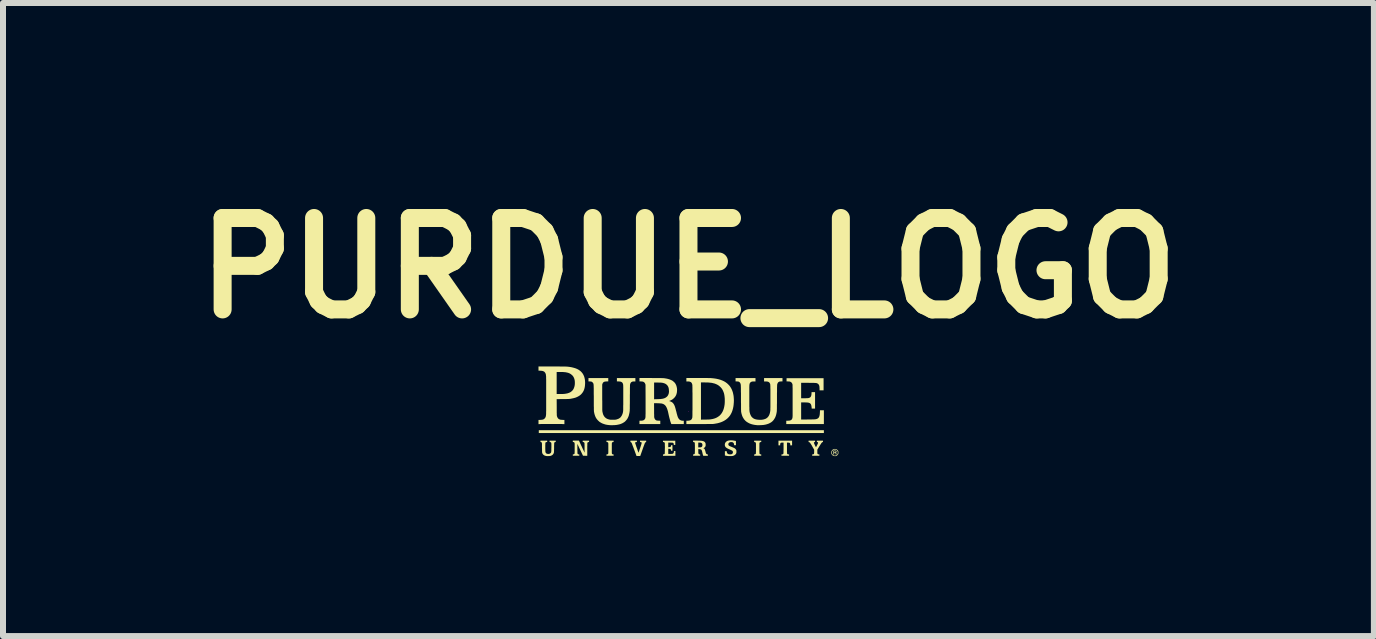
<source format=kicad_pcb>
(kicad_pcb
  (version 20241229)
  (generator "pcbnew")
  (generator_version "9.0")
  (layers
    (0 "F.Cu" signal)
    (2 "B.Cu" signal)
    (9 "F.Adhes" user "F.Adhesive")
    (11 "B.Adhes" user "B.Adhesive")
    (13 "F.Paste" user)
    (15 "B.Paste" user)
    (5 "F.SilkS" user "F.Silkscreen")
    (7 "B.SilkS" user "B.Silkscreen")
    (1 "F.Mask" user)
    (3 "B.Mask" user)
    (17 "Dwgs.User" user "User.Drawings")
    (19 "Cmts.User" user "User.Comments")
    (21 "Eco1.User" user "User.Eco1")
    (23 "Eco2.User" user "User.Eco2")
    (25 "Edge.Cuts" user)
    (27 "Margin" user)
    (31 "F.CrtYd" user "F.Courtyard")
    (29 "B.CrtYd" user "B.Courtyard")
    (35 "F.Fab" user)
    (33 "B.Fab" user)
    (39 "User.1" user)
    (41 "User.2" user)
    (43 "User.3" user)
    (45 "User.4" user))
  (footprint "PURDUE_LOGO"
    (layer "F.Cu")
    (at 8.426 3.806)
    (property "Reference" "PURDUE_LOGO" (at 0 -2.388 0) (layer "F.SilkS") (effects (font (size 1.524 1.524) (thickness 0.3))))
    (attr exclude_from_pos_files exclude_from_bom)
    (fp_poly (pts (xy 2.257 0.362) (xy -2.495 0.362) (xy -2.495 0.315) (xy 2.257 0.315)) (stroke (width 0) (type solid)) (fill yes) (layer "F.SilkS"))
    (fp_poly (pts (xy 2.435 0.654) (xy 2.446 0.654) (xy 2.454 0.655) (xy 2.459 0.657) (xy 2.463 0.659) (xy 2.465 0.663) (xy 2.467 0.666) (xy 2.468 0.672) (xy 2.467 0.679) (xy 2.465 0.684) (xy 2.462 0.687) (xy 2.459 0.688) (xy 2.458 0.689) (xy 2.46 0.692) (xy 2.461 0.692) (xy 2.463 0.696) (xy 2.465 0.699) (xy 2.466 0.704) (xy 2.467 0.712) (xy 2.467 0.712) (xy 2.468 0.72) (xy 2.461 0.72) (xy 2.457 0.72) (xy 2.455 0.719) (xy 2.455 0.716) (xy 2.455 0.713) (xy 2.454 0.706) (xy 2.452 0.7) (xy 2.448 0.697) (xy 2.446 0.696) (xy 2.442 0.695) (xy 2.437 0.695) (xy 2.435 0.695) (xy 2.428 0.695) (xy 2.428 0.72) (xy 2.415 0.72) (xy 2.415 0.663) (xy 2.428 0.663) (xy 2.428 0.685) (xy 2.437 0.685) (xy 2.442 0.685) (xy 2.448 0.684) (xy 2.449 0.683) (xy 2.453 0.68) (xy 2.455 0.674) (xy 2.454 0.671) (xy 2.452 0.667) (xy 2.447 0.664) (xy 2.439 0.663) (xy 2.437 0.663) (xy 2.428 0.663) (xy 2.415 0.663) (xy 2.415 0.653)) (stroke (width 0) (type solid)) (fill yes) (layer "F.SilkS"))
    (fp_poly (pts (xy 1.213 0.511) (xy 1.204 0.513) (xy 1.195 0.515) (xy 1.188 0.519) (xy 1.184 0.526) (xy 1.183 0.533) (xy 1.182 0.537) (xy 1.182 0.543) (xy 1.182 0.552) (xy 1.182 0.564) (xy 1.182 0.577) (xy 1.182 0.591) (xy 1.182 0.607) (xy 1.182 0.623) (xy 1.182 0.642) (xy 1.182 0.658) (xy 1.182 0.671) (xy 1.183 0.682) (xy 1.183 0.691) (xy 1.183 0.697) (xy 1.184 0.702) (xy 1.185 0.706) (xy 1.186 0.709) (xy 1.187 0.711) (xy 1.189 0.712) (xy 1.19 0.714) (xy 1.191 0.714) (xy 1.195 0.716) (xy 1.201 0.717) (xy 1.204 0.718) (xy 1.213 0.719) (xy 1.213 0.741) (xy 1.154 0.741) (xy 1.095 0.741) (xy 1.095 0.719) (xy 1.103 0.718) (xy 1.112 0.716) (xy 1.119 0.712) (xy 1.123 0.705) (xy 1.123 0.705) (xy 1.123 0.702) (xy 1.124 0.698) (xy 1.124 0.691) (xy 1.124 0.681) (xy 1.125 0.669) (xy 1.125 0.654) (xy 1.125 0.636) (xy 1.125 0.615) (xy 1.125 0.596) (xy 1.125 0.58) (xy 1.125 0.567) (xy 1.125 0.556) (xy 1.125 0.547) (xy 1.124 0.54) (xy 1.124 0.535) (xy 1.124 0.531) (xy 1.123 0.528) (xy 1.123 0.526) (xy 1.122 0.525) (xy 1.119 0.52) (xy 1.115 0.516) (xy 1.108 0.514) (xy 1.103 0.513) (xy 1.095 0.511) (xy 1.095 0.489) (xy 1.213 0.489)) (stroke (width 0) (type solid)) (fill yes) (layer "F.SilkS"))
    (fp_poly (pts (xy 1.727 0.567) (xy 1.697 0.567) (xy 1.697 0.555) (xy 1.696 0.544) (xy 1.694 0.536) (xy 1.69 0.529) (xy 1.684 0.525) (xy 1.675 0.523) (xy 1.664 0.522) (xy 1.659 0.522) (xy 1.642 0.522) (xy 1.642 0.612) (xy 1.642 0.632) (xy 1.642 0.648) (xy 1.642 0.662) (xy 1.642 0.674) (xy 1.643 0.683) (xy 1.643 0.69) (xy 1.643 0.695) (xy 1.643 0.7) (xy 1.644 0.703) (xy 1.644 0.705) (xy 1.645 0.707) (xy 1.646 0.708) (xy 1.646 0.708) (xy 1.651 0.714) (xy 1.657 0.717) (xy 1.667 0.718) (xy 1.669 0.718) (xy 1.677 0.718) (xy 1.677 0.741) (xy 1.55 0.741) (xy 1.55 0.719) (xy 1.561 0.718) (xy 1.567 0.717) (xy 1.572 0.716) (xy 1.575 0.714) (xy 1.577 0.713) (xy 1.579 0.712) (xy 1.58 0.71) (xy 1.581 0.708) (xy 1.582 0.705) (xy 1.583 0.701) (xy 1.583 0.696) (xy 1.584 0.688) (xy 1.584 0.679) (xy 1.584 0.668) (xy 1.584 0.655) (xy 1.585 0.638) (xy 1.585 0.619) (xy 1.585 0.612) (xy 1.585 0.521) (xy 1.564 0.522) (xy 1.555 0.522) (xy 1.549 0.523) (xy 1.545 0.523) (xy 1.541 0.524) (xy 1.539 0.526) (xy 1.539 0.526) (xy 1.534 0.531) (xy 1.53 0.538) (xy 1.529 0.546) (xy 1.528 0.554) (xy 1.528 0.567) (xy 1.5 0.567) (xy 1.5 0.489) (xy 1.727 0.489)) (stroke (width 0) (type solid)) (fill yes) (layer "F.SilkS"))
    (fp_poly (pts (xy 2.449 0.628) (xy 2.462 0.631) (xy 2.474 0.637) (xy 2.485 0.646) (xy 2.493 0.657) (xy 2.495 0.661) (xy 2.497 0.665) (xy 2.498 0.669) (xy 2.499 0.674) (xy 2.499 0.68) (xy 2.499 0.688) (xy 2.499 0.696) (xy 2.499 0.702) (xy 2.498 0.707) (xy 2.497 0.711) (xy 2.495 0.714) (xy 2.489 0.723) (xy 2.481 0.732) (xy 2.472 0.739) (xy 2.466 0.743) (xy 2.462 0.745) (xy 2.457 0.746) (xy 2.452 0.746) (xy 2.444 0.747) (xy 2.441 0.747) (xy 2.431 0.746) (xy 2.424 0.745) (xy 2.418 0.744) (xy 2.418 0.744) (xy 2.408 0.739) (xy 2.398 0.731) (xy 2.39 0.722) (xy 2.384 0.711) (xy 2.383 0.708) (xy 2.38 0.694) (xy 2.38 0.685) (xy 2.39 0.685) (xy 2.391 0.696) (xy 2.394 0.707) (xy 2.4 0.717) (xy 2.408 0.726) (xy 2.418 0.733) (xy 2.424 0.735) (xy 2.434 0.738) (xy 2.445 0.738) (xy 2.456 0.735) (xy 2.46 0.734) (xy 2.471 0.727) (xy 2.48 0.719) (xy 2.485 0.71) (xy 2.489 0.698) (xy 2.49 0.686) (xy 2.488 0.674) (xy 2.484 0.663) (xy 2.476 0.653) (xy 2.471 0.648) (xy 2.46 0.641) (xy 2.449 0.638) (xy 2.437 0.637) (xy 2.425 0.64) (xy 2.414 0.645) (xy 2.404 0.653) (xy 2.397 0.663) (xy 2.392 0.674) (xy 2.39 0.685) (xy 2.38 0.685) (xy 2.38 0.681) (xy 2.383 0.668) (xy 2.389 0.656) (xy 2.396 0.646) (xy 2.407 0.637) (xy 2.419 0.631) (xy 2.422 0.63) (xy 2.436 0.627)) (stroke (width 0) (type solid)) (fill yes) (layer "F.SilkS"))
    (fp_poly (pts (xy -1.248 0.5) (xy -1.248 0.511) (xy -1.256 0.513) (xy -1.262 0.514) (xy -1.267 0.516) (xy -1.269 0.516) (xy -1.271 0.517) (xy -1.273 0.519) (xy -1.274 0.52) (xy -1.275 0.522) (xy -1.276 0.526) (xy -1.277 0.53) (xy -1.277 0.536) (xy -1.278 0.544) (xy -1.278 0.554) (xy -1.278 0.566) (xy -1.278 0.58) (xy -1.278 0.598) (xy -1.278 0.615) (xy -1.278 0.635) (xy -1.278 0.651) (xy -1.278 0.664) (xy -1.278 0.675) (xy -1.278 0.684) (xy -1.278 0.691) (xy -1.278 0.696) (xy -1.277 0.7) (xy -1.277 0.703) (xy -1.276 0.705) (xy -1.276 0.706) (xy -1.275 0.707) (xy -1.271 0.713) (xy -1.264 0.717) (xy -1.256 0.718) (xy -1.255 0.718) (xy -1.248 0.718) (xy -1.248 0.741) (xy -1.308 0.741) (xy -1.367 0.741) (xy -1.367 0.719) (xy -1.358 0.718) (xy -1.352 0.717) (xy -1.347 0.715) (xy -1.345 0.714) (xy -1.343 0.712) (xy -1.342 0.711) (xy -1.34 0.709) (xy -1.339 0.707) (xy -1.338 0.704) (xy -1.337 0.7) (xy -1.337 0.694) (xy -1.336 0.687) (xy -1.336 0.678) (xy -1.336 0.667) (xy -1.336 0.653) (xy -1.336 0.636) (xy -1.336 0.617) (xy -1.336 0.615) (xy -1.336 0.596) (xy -1.336 0.58) (xy -1.336 0.566) (xy -1.336 0.555) (xy -1.336 0.547) (xy -1.336 0.54) (xy -1.337 0.534) (xy -1.337 0.531) (xy -1.337 0.528) (xy -1.338 0.526) (xy -1.339 0.524) (xy -1.339 0.524) (xy -1.343 0.518) (xy -1.348 0.515) (xy -1.355 0.513) (xy -1.358 0.513) (xy -1.367 0.511) (xy -1.367 0.5) (xy -1.367 0.489) (xy -1.248 0.489)) (stroke (width 0) (type solid)) (fill yes) (layer "F.SilkS"))
    (fp_poly (pts (xy -0.22 0.56) (xy -0.245 0.56) (xy -0.245 0.55) (xy -0.246 0.54) (xy -0.25 0.532) (xy -0.256 0.526) (xy -0.257 0.526) (xy -0.259 0.525) (xy -0.261 0.524) (xy -0.265 0.523) (xy -0.269 0.523) (xy -0.276 0.523) (xy -0.284 0.522) (xy -0.295 0.522) (xy -0.3 0.522) (xy -0.337 0.521) (xy -0.337 0.599) (xy -0.322 0.597) (xy -0.311 0.596) (xy -0.304 0.594) (xy -0.298 0.591) (xy -0.294 0.587) (xy -0.292 0.581) (xy -0.291 0.574) (xy -0.29 0.565) (xy -0.267 0.565) (xy -0.267 0.657) (xy -0.29 0.657) (xy -0.291 0.649) (xy -0.293 0.64) (xy -0.296 0.634) (xy -0.3 0.63) (xy -0.306 0.627) (xy -0.315 0.626) (xy -0.321 0.625) (xy -0.337 0.625) (xy -0.337 0.71) (xy -0.305 0.71) (xy -0.294 0.71) (xy -0.284 0.71) (xy -0.276 0.709) (xy -0.27 0.709) (xy -0.266 0.708) (xy -0.257 0.705) (xy -0.251 0.699) (xy -0.246 0.691) (xy -0.244 0.68) (xy -0.244 0.679) (xy -0.243 0.671) (xy -0.243 0.666) (xy -0.241 0.663) (xy -0.239 0.662) (xy -0.235 0.662) (xy -0.23 0.662) (xy -0.218 0.662) (xy -0.218 0.742) (xy -0.425 0.742) (xy -0.425 0.719) (xy -0.416 0.718) (xy -0.407 0.716) (xy -0.401 0.713) (xy -0.397 0.707) (xy -0.397 0.707) (xy -0.396 0.704) (xy -0.395 0.699) (xy -0.395 0.691) (xy -0.395 0.68) (xy -0.394 0.668) (xy -0.394 0.655) (xy -0.394 0.64) (xy -0.394 0.625) (xy -0.393 0.61) (xy -0.393 0.595) (xy -0.393 0.581) (xy -0.394 0.568) (xy -0.394 0.556) (xy -0.394 0.546) (xy -0.394 0.538) (xy -0.395 0.532) (xy -0.395 0.531) (xy -0.398 0.523) (xy -0.402 0.517) (xy -0.409 0.514) (xy -0.416 0.513) (xy -0.425 0.511) (xy -0.425 0.49) (xy -0.22 0.49)) (stroke (width 0) (type solid)) (fill yes) (layer "F.SilkS"))
    (fp_poly (pts (xy -0.86 0.501) (xy -0.861 0.513) (xy -0.871 0.513) (xy -0.88 0.515) (xy -0.886 0.518) (xy -0.889 0.522) (xy -0.89 0.527) (xy -0.889 0.529) (xy -0.888 0.531) (xy -0.887 0.536) (xy -0.884 0.543) (xy -0.881 0.552) (xy -0.877 0.563) (xy -0.873 0.576) (xy -0.869 0.589) (xy -0.864 0.603) (xy -0.859 0.616) (xy -0.854 0.63) (xy -0.85 0.643) (xy -0.846 0.655) (xy -0.842 0.666) (xy -0.839 0.675) (xy -0.836 0.682) (xy -0.835 0.686) (xy -0.835 0.687) (xy -0.834 0.688) (xy -0.834 0.689) (xy -0.833 0.688) (xy -0.832 0.687) (xy -0.831 0.685) (xy -0.829 0.681) (xy -0.827 0.675) (xy -0.825 0.668) (xy -0.821 0.658) (xy -0.817 0.645) (xy -0.812 0.63) (xy -0.806 0.613) (xy -0.799 0.592) (xy -0.793 0.573) (xy -0.788 0.558) (xy -0.785 0.546) (xy -0.782 0.536) (xy -0.78 0.53) (xy -0.78 0.527) (xy -0.781 0.521) (xy -0.784 0.517) (xy -0.79 0.515) (xy -0.794 0.514) (xy -0.801 0.513) (xy -0.805 0.512) (xy -0.807 0.51) (xy -0.808 0.507) (xy -0.808 0.503) (xy -0.808 0.5) (xy -0.808 0.489) (xy -0.705 0.489) (xy -0.705 0.501) (xy -0.705 0.508) (xy -0.706 0.511) (xy -0.707 0.513) (xy -0.708 0.513) (xy -0.712 0.515) (xy -0.718 0.518) (xy -0.723 0.523) (xy -0.726 0.527) (xy -0.727 0.53) (xy -0.729 0.536) (xy -0.732 0.544) (xy -0.736 0.554) (xy -0.741 0.567) (xy -0.746 0.581) (xy -0.752 0.597) (xy -0.758 0.614) (xy -0.764 0.632) (xy -0.767 0.64) (xy -0.804 0.745) (xy -0.835 0.745) (xy -0.866 0.745) (xy -0.903 0.644) (xy -0.91 0.626) (xy -0.916 0.609) (xy -0.922 0.593) (xy -0.928 0.578) (xy -0.933 0.565) (xy -0.937 0.553) (xy -0.941 0.544) (xy -0.943 0.537) (xy -0.945 0.533) (xy -0.945 0.533) (xy -0.95 0.523) (xy -0.956 0.517) (xy -0.962 0.514) (xy -0.963 0.514) (xy -0.965 0.513) (xy -0.967 0.511) (xy -0.967 0.509) (xy -0.968 0.504) (xy -0.968 0.501) (xy -0.968 0.489) (xy -0.86 0.489)) (stroke (width 0) (type solid)) (fill yes) (layer "F.SilkS"))
    (fp_poly (pts (xy 2.11 0.512) (xy 2.104 0.513) (xy 2.096 0.515) (xy 2.092 0.518) (xy 2.09 0.522) (xy 2.09 0.524) (xy 2.091 0.526) (xy 2.093 0.531) (xy 2.095 0.538) (xy 2.099 0.546) (xy 2.103 0.555) (xy 2.107 0.565) (xy 2.112 0.574) (xy 2.116 0.582) (xy 2.12 0.589) (xy 2.123 0.595) (xy 2.125 0.598) (xy 2.125 0.598) (xy 2.126 0.597) (xy 2.129 0.593) (xy 2.132 0.587) (xy 2.136 0.579) (xy 2.141 0.57) (xy 2.143 0.565) (xy 2.15 0.552) (xy 2.154 0.542) (xy 2.158 0.534) (xy 2.159 0.528) (xy 2.16 0.523) (xy 2.16 0.52) (xy 2.158 0.518) (xy 2.156 0.516) (xy 2.152 0.514) (xy 2.149 0.513) (xy 2.144 0.513) (xy 2.142 0.512) (xy 2.14 0.508) (xy 2.14 0.503) (xy 2.14 0.5) (xy 2.14 0.489) (xy 2.242 0.489) (xy 2.242 0.5) (xy 2.242 0.512) (xy 2.235 0.513) (xy 2.229 0.516) (xy 2.223 0.521) (xy 2.222 0.522) (xy 2.22 0.525) (xy 2.216 0.53) (xy 2.211 0.537) (xy 2.205 0.547) (xy 2.198 0.557) (xy 2.191 0.569) (xy 2.183 0.582) (xy 2.182 0.583) (xy 2.148 0.639) (xy 2.148 0.671) (xy 2.148 0.683) (xy 2.148 0.691) (xy 2.149 0.698) (xy 2.149 0.702) (xy 2.15 0.705) (xy 2.151 0.708) (xy 2.152 0.71) (xy 2.156 0.714) (xy 2.164 0.717) (xy 2.174 0.718) (xy 2.175 0.718) (xy 2.182 0.718) (xy 2.182 0.741) (xy 2.062 0.741) (xy 2.062 0.718) (xy 2.069 0.718) (xy 2.078 0.717) (xy 2.086 0.714) (xy 2.091 0.71) (xy 2.092 0.708) (xy 2.093 0.705) (xy 2.093 0.702) (xy 2.094 0.698) (xy 2.094 0.692) (xy 2.095 0.683) (xy 2.095 0.673) (xy 2.095 0.64) (xy 2.064 0.586) (xy 2.055 0.569) (xy 2.047 0.556) (xy 2.04 0.545) (xy 2.034 0.536) (xy 2.029 0.529) (xy 2.025 0.524) (xy 2.021 0.52) (xy 2.018 0.517) (xy 2.014 0.515) (xy 2.011 0.514) (xy 2.01 0.514) (xy 2.002 0.512) (xy 2.002 0.501) (xy 2.002 0.489) (xy 2.11 0.489)) (stroke (width 0) (type solid)) (fill yes) (layer "F.SilkS"))
    (fp_poly (pts (xy -1.826 0.488) (xy -1.787 0.572) (xy -1.779 0.588) (xy -1.772 0.604) (xy -1.765 0.619) (xy -1.758 0.633) (xy -1.752 0.646) (xy -1.747 0.656) (xy -1.743 0.665) (xy -1.741 0.671) (xy -1.74 0.673) (xy -1.732 0.689) (xy -1.732 0.609) (xy -1.732 0.591) (xy -1.732 0.575) (xy -1.732 0.563) (xy -1.733 0.553) (xy -1.733 0.544) (xy -1.733 0.538) (xy -1.733 0.534) (xy -1.734 0.53) (xy -1.734 0.528) (xy -1.735 0.526) (xy -1.735 0.524) (xy -1.736 0.523) (xy -1.74 0.518) (xy -1.745 0.515) (xy -1.753 0.513) (xy -1.755 0.512) (xy -1.763 0.511) (xy -1.763 0.489) (xy -1.657 0.489) (xy -1.657 0.511) (xy -1.665 0.513) (xy -1.673 0.514) (xy -1.679 0.517) (xy -1.682 0.522) (xy -1.684 0.525) (xy -1.685 0.527) (xy -1.685 0.529) (xy -1.685 0.532) (xy -1.686 0.536) (xy -1.686 0.541) (xy -1.686 0.548) (xy -1.686 0.557) (xy -1.686 0.568) (xy -1.687 0.581) (xy -1.687 0.596) (xy -1.687 0.615) (xy -1.687 0.636) (xy -1.687 0.742) (xy -1.723 0.741) (xy -1.758 0.741) (xy -1.805 0.642) (xy -1.813 0.625) (xy -1.821 0.609) (xy -1.828 0.594) (xy -1.834 0.58) (xy -1.84 0.568) (xy -1.844 0.559) (xy -1.848 0.551) (xy -1.851 0.545) (xy -1.852 0.543) (xy -1.852 0.542) (xy -1.852 0.544) (xy -1.852 0.548) (xy -1.852 0.556) (xy -1.852 0.565) (xy -1.852 0.577) (xy -1.852 0.59) (xy -1.852 0.605) (xy -1.852 0.621) (xy -1.852 0.642) (xy -1.851 0.661) (xy -1.851 0.676) (xy -1.851 0.688) (xy -1.85 0.697) (xy -1.85 0.703) (xy -1.849 0.705) (xy -1.846 0.711) (xy -1.84 0.715) (xy -1.832 0.718) (xy -1.829 0.718) (xy -1.82 0.719) (xy -1.82 0.741) (xy -1.928 0.741) (xy -1.928 0.718) (xy -1.923 0.718) (xy -1.914 0.717) (xy -1.907 0.714) (xy -1.902 0.709) (xy -1.901 0.708) (xy -1.9 0.707) (xy -1.899 0.705) (xy -1.899 0.703) (xy -1.898 0.7) (xy -1.898 0.695) (xy -1.898 0.69) (xy -1.898 0.683) (xy -1.897 0.673) (xy -1.897 0.661) (xy -1.897 0.647) (xy -1.897 0.63) (xy -1.897 0.621) (xy -1.897 0.601) (xy -1.897 0.583) (xy -1.897 0.569) (xy -1.897 0.557) (xy -1.897 0.547) (xy -1.898 0.539) (xy -1.898 0.533) (xy -1.899 0.528) (xy -1.9 0.525) (xy -1.901 0.522) (xy -1.903 0.52) (xy -1.905 0.518) (xy -1.905 0.518) (xy -1.909 0.515) (xy -1.913 0.513) (xy -1.914 0.513) (xy -1.919 0.513) (xy -1.923 0.512) (xy -1.928 0.511) (xy -1.928 0.488)) (stroke (width 0) (type solid)) (fill yes) (layer "F.SilkS"))
    (fp_poly (pts (xy 0.738 0.485) (xy 0.763 0.489) (xy 0.772 0.491) (xy 0.791 0.494) (xy 0.791 0.53) (xy 0.792 0.565) (xy 0.759 0.565) (xy 0.76 0.559) (xy 0.76 0.552) (xy 0.758 0.544) (xy 0.756 0.536) (xy 0.753 0.53) (xy 0.746 0.523) (xy 0.738 0.517) (xy 0.728 0.514) (xy 0.715 0.513) (xy 0.712 0.513) (xy 0.698 0.514) (xy 0.688 0.517) (xy 0.678 0.522) (xy 0.674 0.526) (xy 0.668 0.534) (xy 0.665 0.543) (xy 0.664 0.553) (xy 0.667 0.562) (xy 0.672 0.57) (xy 0.68 0.576) (xy 0.68 0.576) (xy 0.684 0.578) (xy 0.689 0.581) (xy 0.697 0.584) (xy 0.706 0.588) (xy 0.716 0.592) (xy 0.722 0.594) (xy 0.733 0.599) (xy 0.743 0.603) (xy 0.752 0.607) (xy 0.76 0.611) (xy 0.765 0.613) (xy 0.767 0.614) (xy 0.779 0.623) (xy 0.789 0.634) (xy 0.794 0.643) (xy 0.796 0.648) (xy 0.798 0.651) (xy 0.799 0.655) (xy 0.799 0.661) (xy 0.799 0.668) (xy 0.799 0.673) (xy 0.799 0.681) (xy 0.799 0.687) (xy 0.798 0.692) (xy 0.797 0.696) (xy 0.795 0.7) (xy 0.794 0.704) (xy 0.786 0.716) (xy 0.775 0.726) (xy 0.762 0.735) (xy 0.747 0.741) (xy 0.736 0.744) (xy 0.728 0.745) (xy 0.72 0.746) (xy 0.711 0.746) (xy 0.7 0.746) (xy 0.693 0.746) (xy 0.684 0.746) (xy 0.675 0.746) (xy 0.668 0.746) (xy 0.663 0.746) (xy 0.661 0.746) (xy 0.653 0.745) (xy 0.643 0.743) (xy 0.634 0.742) (xy 0.625 0.74) (xy 0.618 0.739) (xy 0.614 0.738) (xy 0.614 0.738) (xy 0.607 0.736) (xy 0.607 0.665) (xy 0.638 0.665) (xy 0.638 0.672) (xy 0.64 0.684) (xy 0.644 0.695) (xy 0.651 0.704) (xy 0.651 0.704) (xy 0.657 0.71) (xy 0.664 0.713) (xy 0.673 0.716) (xy 0.683 0.717) (xy 0.694 0.718) (xy 0.703 0.717) (xy 0.709 0.717) (xy 0.713 0.716) (xy 0.717 0.715) (xy 0.722 0.713) (xy 0.722 0.713) (xy 0.731 0.707) (xy 0.737 0.7) (xy 0.74 0.691) (xy 0.741 0.682) (xy 0.74 0.672) (xy 0.736 0.664) (xy 0.73 0.657) (xy 0.727 0.655) (xy 0.723 0.653) (xy 0.717 0.65) (xy 0.709 0.646) (xy 0.7 0.642) (xy 0.692 0.638) (xy 0.675 0.631) (xy 0.66 0.624) (xy 0.648 0.618) (xy 0.638 0.612) (xy 0.63 0.606) (xy 0.623 0.601) (xy 0.618 0.595) (xy 0.614 0.589) (xy 0.613 0.587) (xy 0.608 0.576) (xy 0.606 0.562) (xy 0.606 0.549) (xy 0.609 0.535) (xy 0.613 0.526) (xy 0.618 0.518) (xy 0.625 0.51) (xy 0.634 0.502) (xy 0.643 0.496) (xy 0.643 0.496) (xy 0.658 0.49) (xy 0.675 0.486) (xy 0.694 0.484) (xy 0.715 0.484)) (stroke (width 0) (type solid)) (fill yes) (layer "F.SilkS"))
    (fp_poly (pts (xy 0.128 0.488) (xy 0.142 0.488) (xy 0.156 0.489) (xy 0.17 0.489) (xy 0.183 0.489) (xy 0.194 0.49) (xy 0.202 0.49) (xy 0.203 0.49) (xy 0.222 0.492) (xy 0.238 0.495) (xy 0.251 0.499) (xy 0.263 0.505) (xy 0.271 0.512) (xy 0.278 0.521) (xy 0.281 0.526) (xy 0.283 0.531) (xy 0.284 0.534) (xy 0.285 0.539) (xy 0.286 0.544) (xy 0.286 0.551) (xy 0.286 0.557) (xy 0.286 0.566) (xy 0.286 0.572) (xy 0.285 0.577) (xy 0.284 0.581) (xy 0.282 0.584) (xy 0.281 0.587) (xy 0.274 0.598) (xy 0.265 0.606) (xy 0.256 0.611) (xy 0.248 0.615) (xy 0.255 0.618) (xy 0.263 0.623) (xy 0.27 0.631) (xy 0.273 0.638) (xy 0.274 0.641) (xy 0.276 0.647) (xy 0.278 0.654) (xy 0.281 0.663) (xy 0.283 0.671) (xy 0.285 0.68) (xy 0.288 0.689) (xy 0.29 0.697) (xy 0.292 0.702) (xy 0.293 0.704) (xy 0.3 0.711) (xy 0.308 0.716) (xy 0.316 0.718) (xy 0.323 0.719) (xy 0.323 0.742) (xy 0.247 0.742) (xy 0.243 0.732) (xy 0.238 0.717) (xy 0.234 0.699) (xy 0.23 0.683) (xy 0.227 0.668) (xy 0.223 0.657) (xy 0.22 0.648) (xy 0.215 0.641) (xy 0.209 0.637) (xy 0.202 0.634) (xy 0.193 0.632) (xy 0.182 0.631) (xy 0.181 0.631) (xy 0.163 0.63) (xy 0.164 0.665) (xy 0.164 0.678) (xy 0.164 0.688) (xy 0.165 0.696) (xy 0.166 0.702) (xy 0.167 0.706) (xy 0.169 0.709) (xy 0.171 0.712) (xy 0.174 0.714) (xy 0.178 0.716) (xy 0.184 0.718) (xy 0.187 0.718) (xy 0.195 0.719) (xy 0.195 0.741) (xy 0.077 0.741) (xy 0.077 0.718) (xy 0.083 0.718) (xy 0.091 0.717) (xy 0.098 0.713) (xy 0.103 0.708) (xy 0.104 0.707) (xy 0.104 0.705) (xy 0.105 0.703) (xy 0.105 0.701) (xy 0.106 0.697) (xy 0.106 0.692) (xy 0.106 0.686) (xy 0.106 0.677) (xy 0.107 0.667) (xy 0.107 0.654) (xy 0.107 0.639) (xy 0.107 0.62) (xy 0.107 0.615) (xy 0.107 0.602) (xy 0.163 0.602) (xy 0.185 0.601) (xy 0.194 0.601) (xy 0.202 0.6) (xy 0.207 0.6) (xy 0.211 0.598) (xy 0.214 0.597) (xy 0.219 0.594) (xy 0.224 0.589) (xy 0.226 0.588) (xy 0.23 0.58) (xy 0.232 0.57) (xy 0.233 0.56) (xy 0.231 0.549) (xy 0.228 0.54) (xy 0.226 0.536) (xy 0.223 0.533) (xy 0.217 0.529) (xy 0.214 0.527) (xy 0.21 0.525) (xy 0.207 0.524) (xy 0.202 0.523) (xy 0.196 0.522) (xy 0.188 0.522) (xy 0.185 0.522) (xy 0.163 0.521) (xy 0.163 0.602) (xy 0.107 0.602) (xy 0.107 0.595) (xy 0.107 0.578) (xy 0.107 0.564) (xy 0.106 0.552) (xy 0.106 0.543) (xy 0.106 0.535) (xy 0.105 0.53) (xy 0.104 0.525) (xy 0.103 0.522) (xy 0.102 0.52) (xy 0.101 0.518) (xy 0.099 0.517) (xy 0.097 0.516) (xy 0.093 0.514) (xy 0.087 0.513) (xy 0.085 0.513) (xy 0.077 0.511) (xy 0.077 0.488)) (stroke (width 0) (type solid)) (fill yes) (layer "F.SilkS"))
    (fp_poly (pts (xy -2.355 0.511) (xy -2.365 0.513) (xy -2.371 0.514) (xy -2.376 0.515) (xy -2.378 0.516) (xy -2.38 0.518) (xy -2.382 0.519) (xy -2.383 0.521) (xy -2.384 0.524) (xy -2.385 0.528) (xy -2.386 0.534) (xy -2.386 0.541) (xy -2.386 0.551) (xy -2.387 0.562) (xy -2.387 0.577) (xy -2.387 0.594) (xy -2.387 0.598) (xy -2.387 0.617) (xy -2.387 0.633) (xy -2.386 0.646) (xy -2.386 0.657) (xy -2.386 0.665) (xy -2.385 0.672) (xy -2.384 0.678) (xy -2.383 0.683) (xy -2.381 0.686) (xy -2.38 0.69) (xy -2.378 0.693) (xy -2.372 0.7) (xy -2.365 0.705) (xy -2.356 0.708) (xy -2.345 0.71) (xy -2.341 0.71) (xy -2.327 0.71) (xy -2.317 0.708) (xy -2.308 0.704) (xy -2.3 0.698) (xy -2.299 0.697) (xy -2.296 0.694) (xy -2.294 0.692) (xy -2.292 0.689) (xy -2.29 0.685) (xy -2.289 0.681) (xy -2.288 0.675) (xy -2.287 0.669) (xy -2.286 0.66) (xy -2.286 0.649) (xy -2.286 0.636) (xy -2.286 0.621) (xy -2.285 0.603) (xy -2.285 0.586) (xy -2.285 0.571) (xy -2.285 0.56) (xy -2.285 0.55) (xy -2.285 0.543) (xy -2.286 0.537) (xy -2.286 0.533) (xy -2.286 0.53) (xy -2.287 0.527) (xy -2.288 0.525) (xy -2.291 0.52) (xy -2.295 0.516) (xy -2.301 0.514) (xy -2.307 0.513) (xy -2.315 0.511) (xy -2.315 0.489) (xy -2.213 0.489) (xy -2.213 0.511) (xy -2.22 0.512) (xy -2.227 0.514) (xy -2.232 0.517) (xy -2.235 0.521) (xy -2.236 0.523) (xy -2.237 0.525) (xy -2.238 0.527) (xy -2.238 0.531) (xy -2.238 0.536) (xy -2.239 0.542) (xy -2.239 0.55) (xy -2.239 0.56) (xy -2.24 0.573) (xy -2.24 0.588) (xy -2.24 0.605) (xy -2.24 0.624) (xy -2.241 0.64) (xy -2.241 0.653) (xy -2.241 0.664) (xy -2.242 0.672) (xy -2.242 0.68) (xy -2.243 0.686) (xy -2.244 0.691) (xy -2.245 0.695) (xy -2.247 0.699) (xy -2.249 0.703) (xy -2.251 0.708) (xy -2.252 0.709) (xy -2.26 0.72) (xy -2.271 0.73) (xy -2.284 0.737) (xy -2.299 0.743) (xy -2.306 0.744) (xy -2.313 0.745) (xy -2.323 0.746) (xy -2.333 0.746) (xy -2.345 0.747) (xy -2.356 0.746) (xy -2.365 0.746) (xy -2.372 0.745) (xy -2.373 0.745) (xy -2.39 0.74) (xy -2.405 0.734) (xy -2.417 0.725) (xy -2.427 0.715) (xy -2.435 0.702) (xy -2.437 0.695) (xy -2.438 0.693) (xy -2.439 0.69) (xy -2.439 0.688) (xy -2.44 0.684) (xy -2.44 0.679) (xy -2.44 0.673) (xy -2.441 0.666) (xy -2.441 0.656) (xy -2.441 0.644) (xy -2.441 0.63) (xy -2.442 0.612) (xy -2.442 0.607) (xy -2.442 0.588) (xy -2.442 0.573) (xy -2.442 0.56) (xy -2.442 0.55) (xy -2.443 0.542) (xy -2.443 0.535) (xy -2.443 0.531) (xy -2.444 0.527) (xy -2.444 0.525) (xy -2.445 0.523) (xy -2.445 0.522) (xy -2.449 0.518) (xy -2.453 0.515) (xy -2.459 0.513) (xy -2.46 0.512) (xy -2.467 0.511) (xy -2.467 0.5) (xy -2.467 0.489) (xy -2.355 0.489)) (stroke (width 0) (type solid)) (fill yes) (layer "F.SilkS"))
    (fp_poly (pts (xy 2.252 -0.35) (xy 2.185 -0.35) (xy 2.185 -0.375) (xy 2.184 -0.395) (xy 2.183 -0.412) (xy 2.18 -0.426) (xy 2.175 -0.439) (xy 2.169 -0.448) (xy 2.162 -0.456) (xy 2.153 -0.462) (xy 2.149 -0.465) (xy 2.145 -0.466) (xy 2.142 -0.468) (xy 2.138 -0.469) (xy 2.134 -0.47) (xy 2.129 -0.471) (xy 2.124 -0.472) (xy 2.117 -0.472) (xy 2.11 -0.473) (xy 2.1 -0.473) (xy 2.089 -0.474) (xy 2.076 -0.474) (xy 2.06 -0.474) (xy 2.042 -0.474) (xy 2.02 -0.474) (xy 1.997 -0.475) (xy 1.878 -0.475) (xy 1.878 -0.217) (xy 1.91 -0.217) (xy 1.926 -0.217) (xy 1.942 -0.217) (xy 1.957 -0.218) (xy 1.971 -0.218) (xy 1.983 -0.219) (xy 1.994 -0.22) (xy 2.002 -0.221) (xy 2.006 -0.222) (xy 2.017 -0.226) (xy 2.026 -0.231) (xy 2.034 -0.238) (xy 2.04 -0.246) (xy 2.044 -0.256) (xy 2.048 -0.269) (xy 2.05 -0.284) (xy 2.051 -0.3) (xy 2.052 -0.32) (xy 2.11 -0.32) (xy 2.11 -0.045) (xy 2.054 -0.045) (xy 2.053 -0.06) (xy 2.051 -0.078) (xy 2.048 -0.094) (xy 2.045 -0.107) (xy 2.04 -0.118) (xy 2.034 -0.126) (xy 2.027 -0.133) (xy 2.018 -0.138) (xy 2.007 -0.142) (xy 2 -0.144) (xy 1.995 -0.145) (xy 1.99 -0.146) (xy 1.983 -0.146) (xy 1.974 -0.147) (xy 1.963 -0.147) (xy 1.949 -0.148) (xy 1.933 -0.148) (xy 1.878 -0.149) (xy 1.878 0.137) (xy 1.96 0.137) (xy 1.991 0.136) (xy 2.019 0.136) (xy 2.045 0.136) (xy 2.067 0.135) (xy 2.086 0.135) (xy 2.101 0.134) (xy 2.114 0.133) (xy 2.123 0.131) (xy 2.126 0.131) (xy 2.133 0.129) (xy 2.142 0.126) (xy 2.15 0.122) (xy 2.159 0.117) (xy 2.166 0.11) (xy 2.173 0.102) (xy 2.178 0.091) (xy 2.183 0.079) (xy 2.186 0.064) (xy 2.189 0.046) (xy 2.19 0.026) (xy 2.191 0.011) (xy 2.192 -0.017) (xy 2.257 -0.017) (xy 2.257 0.213) (xy 1.63 0.213) (xy 1.63 0.157) (xy 1.653 0.157) (xy 1.669 0.156) (xy 1.682 0.155) (xy 1.693 0.153) (xy 1.703 0.149) (xy 1.707 0.147) (xy 1.715 0.142) (xy 1.722 0.135) (xy 1.727 0.126) (xy 1.728 0.124) (xy 1.729 0.121) (xy 1.73 0.119) (xy 1.731 0.117) (xy 1.732 0.114) (xy 1.733 0.111) (xy 1.733 0.108) (xy 1.734 0.104) (xy 1.734 0.099) (xy 1.735 0.093) (xy 1.735 0.086) (xy 1.736 0.078) (xy 1.736 0.068) (xy 1.736 0.056) (xy 1.736 0.043) (xy 1.736 0.028) (xy 1.736 0.011) (xy 1.736 -0.008) (xy 1.736 -0.03) (xy 1.736 -0.055) (xy 1.736 -0.082) (xy 1.736 -0.112) (xy 1.736 -0.144) (xy 1.736 -0.178) (xy 1.736 -0.212) (xy 1.736 -0.244) (xy 1.736 -0.273) (xy 1.736 -0.299) (xy 1.736 -0.322) (xy 1.736 -0.342) (xy 1.736 -0.361) (xy 1.736 -0.377) (xy 1.736 -0.39) (xy 1.735 -0.402) (xy 1.735 -0.413) (xy 1.735 -0.421) (xy 1.735 -0.428) (xy 1.735 -0.434) (xy 1.735 -0.439) (xy 1.734 -0.443) (xy 1.734 -0.446) (xy 1.734 -0.448) (xy 1.733 -0.45) (xy 1.733 -0.452) (xy 1.733 -0.453) (xy 1.727 -0.466) (xy 1.719 -0.478) (xy 1.709 -0.487) (xy 1.697 -0.493) (xy 1.696 -0.493) (xy 1.691 -0.495) (xy 1.686 -0.496) (xy 1.679 -0.497) (xy 1.67 -0.498) (xy 1.66 -0.498) (xy 1.635 -0.499) (xy 1.635 -0.552) (xy 2.252 -0.552)) (stroke (width 0) (type solid)) (fill yes) (layer "F.SilkS"))
    (fp_poly (pts (xy 0.161 -0.555) (xy 0.191 -0.555) (xy 0.22 -0.555) (xy 0.247 -0.555) (xy 0.272 -0.555) (xy 0.294 -0.555) (xy 0.315 -0.555) (xy 0.333 -0.554) (xy 0.349 -0.554) (xy 0.362 -0.554) (xy 0.372 -0.554) (xy 0.379 -0.553) (xy 0.381 -0.553) (xy 0.423 -0.549) (xy 0.463 -0.543) (xy 0.499 -0.535) (xy 0.534 -0.525) (xy 0.565 -0.513) (xy 0.595 -0.499) (xy 0.621 -0.483) (xy 0.646 -0.464) (xy 0.667 -0.444) (xy 0.687 -0.422) (xy 0.704 -0.397) (xy 0.718 -0.372) (xy 0.729 -0.346) (xy 0.739 -0.318) (xy 0.746 -0.288) (xy 0.752 -0.256) (xy 0.755 -0.222) (xy 0.757 -0.187) (xy 0.756 -0.151) (xy 0.753 -0.114) (xy 0.75 -0.087) (xy 0.743 -0.051) (xy 0.734 -0.018) (xy 0.723 0.013) (xy 0.709 0.042) (xy 0.693 0.069) (xy 0.674 0.093) (xy 0.653 0.115) (xy 0.629 0.135) (xy 0.615 0.145) (xy 0.592 0.159) (xy 0.568 0.171) (xy 0.542 0.182) (xy 0.514 0.191) (xy 0.484 0.199) (xy 0.451 0.205) (xy 0.421 0.21) (xy 0.418 0.21) (xy 0.414 0.21) (xy 0.409 0.211) (xy 0.403 0.211) (xy 0.397 0.211) (xy 0.389 0.211) (xy 0.379 0.212) (xy 0.368 0.212) (xy 0.355 0.212) (xy 0.341 0.212) (xy 0.324 0.212) (xy 0.304 0.212) (xy 0.282 0.213) (xy 0.258 0.213) (xy 0.23 0.213) (xy 0.2 0.213) (xy 0.183 0.213) (xy -0.035 0.213) (xy -0.035 0.157) (xy -0.015 0.157) (xy 0.003 0.156) (xy 0.018 0.153) (xy 0.031 0.149) (xy 0.042 0.143) (xy 0.046 0.139) (xy 0.208 0.139) (xy 0.279 0.138) (xy 0.298 0.138) (xy 0.315 0.137) (xy 0.329 0.137) (xy 0.341 0.137) (xy 0.351 0.136) (xy 0.359 0.135) (xy 0.366 0.135) (xy 0.368 0.134) (xy 0.399 0.129) (xy 0.426 0.122) (xy 0.452 0.113) (xy 0.475 0.102) (xy 0.496 0.089) (xy 0.515 0.075) (xy 0.524 0.067) (xy 0.542 0.047) (xy 0.557 0.026) (xy 0.571 0.001) (xy 0.582 -0.025) (xy 0.591 -0.054) (xy 0.598 -0.086) (xy 0.603 -0.119) (xy 0.605 -0.155) (xy 0.605 -0.193) (xy 0.605 -0.209) (xy 0.602 -0.242) (xy 0.598 -0.272) (xy 0.592 -0.3) (xy 0.583 -0.325) (xy 0.573 -0.348) (xy 0.561 -0.37) (xy 0.546 -0.39) (xy 0.532 -0.405) (xy 0.513 -0.422) (xy 0.494 -0.436) (xy 0.472 -0.448) (xy 0.448 -0.458) (xy 0.438 -0.462) (xy 0.422 -0.466) (xy 0.406 -0.47) (xy 0.39 -0.474) (xy 0.372 -0.476) (xy 0.353 -0.478) (xy 0.333 -0.48) (xy 0.31 -0.481) (xy 0.285 -0.481) (xy 0.259 -0.482) (xy 0.208 -0.482) (xy 0.208 0.139) (xy 0.046 0.139) (xy 0.05 0.135) (xy 0.057 0.124) (xy 0.062 0.111) (xy 0.064 0.101) (xy 0.065 0.097) (xy 0.065 0.091) (xy 0.065 0.081) (xy 0.066 0.069) (xy 0.066 0.054) (xy 0.066 0.037) (xy 0.066 0.018) (xy 0.066 -0.002) (xy 0.067 -0.024) (xy 0.067 -0.048) (xy 0.067 -0.072) (xy 0.067 -0.098) (xy 0.067 -0.124) (xy 0.067 -0.15) (xy 0.067 -0.177) (xy 0.067 -0.203) (xy 0.067 -0.229) (xy 0.067 -0.255) (xy 0.067 -0.28) (xy 0.067 -0.304) (xy 0.066 -0.327) (xy 0.066 -0.349) (xy 0.066 -0.368) (xy 0.066 -0.386) (xy 0.066 -0.402) (xy 0.065 -0.416) (xy 0.065 -0.427) (xy 0.065 -0.436) (xy 0.064 -0.441) (xy 0.064 -0.443) (xy 0.06 -0.457) (xy 0.055 -0.469) (xy 0.048 -0.479) (xy 0.039 -0.487) (xy 0.027 -0.492) (xy 0.014 -0.496) (xy -0.003 -0.498) (xy -0.015 -0.498) (xy -0.035 -0.498) (xy -0.035 -0.555)) (stroke (width 0) (type solid)) (fill yes) (layer "F.SilkS"))
    (fp_poly (pts (xy -2.239 -0.747) (xy -2.206 -0.747) (xy -2.176 -0.747) (xy -2.148 -0.747) (xy -2.123 -0.746) (xy -2.1 -0.746) (xy -2.08 -0.746) (xy -2.063 -0.746) (xy -2.049 -0.746) (xy -2.037 -0.745) (xy -2.029 -0.745) (xy -2.025 -0.745) (xy -1.987 -0.741) (xy -1.951 -0.735) (xy -1.918 -0.727) (xy -1.887 -0.718) (xy -1.859 -0.707) (xy -1.834 -0.694) (xy -1.822 -0.686) (xy -1.8 -0.67) (xy -1.782 -0.652) (xy -1.765 -0.631) (xy -1.752 -0.609) (xy -1.741 -0.585) (xy -1.733 -0.559) (xy -1.727 -0.53) (xy -1.726 -0.524) (xy -1.725 -0.512) (xy -1.724 -0.498) (xy -1.723 -0.483) (xy -1.723 -0.467) (xy -1.724 -0.451) (xy -1.725 -0.437) (xy -1.726 -0.424) (xy -1.726 -0.422) (xy -1.731 -0.393) (xy -1.738 -0.367) (xy -1.748 -0.342) (xy -1.76 -0.32) (xy -1.775 -0.3) (xy -1.792 -0.281) (xy -1.811 -0.265) (xy -1.833 -0.251) (xy -1.858 -0.238) (xy -1.886 -0.227) (xy -1.916 -0.219) (xy -1.949 -0.212) (xy -1.977 -0.207) (xy -1.982 -0.207) (xy -1.988 -0.206) (xy -1.995 -0.206) (xy -2.004 -0.205) (xy -2.014 -0.205) (xy -2.026 -0.205) (xy -2.04 -0.204) (xy -2.057 -0.204) (xy -2.076 -0.204) (xy -2.097 -0.204) (xy -2.197 -0.203) (xy -2.196 -0.068) (xy -2.196 -0.043) (xy -2.196 -0.021) (xy -2.196 -0.003) (xy -2.196 0.014) (xy -2.196 0.027) (xy -2.195 0.039) (xy -2.195 0.049) (xy -2.195 0.056) (xy -2.195 0.063) (xy -2.194 0.068) (xy -2.194 0.072) (xy -2.194 0.075) (xy -2.193 0.078) (xy -2.193 0.079) (xy -2.187 0.096) (xy -2.18 0.11) (xy -2.171 0.121) (xy -2.16 0.13) (xy -2.157 0.131) (xy -2.149 0.135) (xy -2.142 0.138) (xy -2.133 0.14) (xy -2.123 0.141) (xy -2.111 0.142) (xy -2.097 0.143) (xy -2.068 0.144) (xy -2.068 0.214) (xy -2.11 0.212) (xy -2.121 0.212) (xy -2.134 0.212) (xy -2.15 0.212) (xy -2.168 0.212) (xy -2.188 0.211) (xy -2.21 0.211) (xy -2.232 0.211) (xy -2.256 0.211) (xy -2.28 0.211) (xy -2.304 0.211) (xy -2.327 0.211) (xy -2.351 0.211) (xy -2.373 0.211) (xy -2.393 0.211) (xy -2.412 0.212) (xy -2.429 0.212) (xy -2.443 0.212) (xy -2.455 0.212) (xy -2.46 0.212) (xy -2.5 0.214) (xy -2.5 0.144) (xy -2.472 0.143) (xy -2.455 0.142) (xy -2.44 0.14) (xy -2.428 0.138) (xy -2.417 0.134) (xy -2.409 0.129) (xy -2.401 0.123) (xy -2.397 0.119) (xy -2.39 0.111) (xy -2.385 0.102) (xy -2.38 0.091) (xy -2.377 0.079) (xy -2.375 0.064) (xy -2.373 0.046) (xy -2.373 0.046) (xy -2.373 0.041) (xy -2.373 0.033) (xy -2.373 0.022) (xy -2.373 0.009) (xy -2.372 -0.007) (xy -2.372 -0.026) (xy -2.372 -0.046) (xy -2.372 -0.068) (xy -2.372 -0.092) (xy -2.372 -0.117) (xy -2.372 -0.143) (xy -2.372 -0.17) (xy -2.372 -0.198) (xy -2.372 -0.227) (xy -2.372 -0.255) (xy -2.372 -0.284) (xy -2.372 -0.313) (xy -2.372 -0.341) (xy -2.372 -0.369) (xy -2.372 -0.396) (xy -2.372 -0.422) (xy -2.372 -0.447) (xy -2.372 -0.47) (xy -2.372 -0.492) (xy -2.372 -0.512) (xy -2.372 -0.529) (xy -2.373 -0.545) (xy -2.373 -0.558) (xy -2.373 -0.568) (xy -2.373 -0.575) (xy -2.373 -0.579) (xy -2.375 -0.594) (xy -2.376 -0.607) (xy -2.378 -0.617) (xy -2.381 -0.627) (xy -2.385 -0.635) (xy -2.385 -0.636) (xy -2.392 -0.647) (xy -2.399 -0.655) (xy -2.197 -0.655) (xy -2.197 -0.288) (xy -2.145 -0.288) (xy -2.131 -0.288) (xy -2.117 -0.289) (xy -2.104 -0.289) (xy -2.091 -0.289) (xy -2.081 -0.29) (xy -2.073 -0.29) (xy -2.072 -0.29) (xy -2.044 -0.294) (xy -2.018 -0.299) (xy -1.994 -0.307) (xy -1.973 -0.316) (xy -1.955 -0.328) (xy -1.939 -0.342) (xy -1.925 -0.358) (xy -1.914 -0.377) (xy -1.906 -0.397) (xy -1.899 -0.42) (xy -1.895 -0.446) (xy -1.894 -0.464) (xy -1.894 -0.489) (xy -1.896 -0.513) (xy -1.901 -0.535) (xy -1.908 -0.556) (xy -1.912 -0.564) (xy -1.918 -0.575) (xy -1.924 -0.585) (xy -1.931 -0.593) (xy -1.94 -0.603) (xy -1.941 -0.603) (xy -1.956 -0.616) (xy -1.971 -0.626) (xy -1.988 -0.635) (xy -2.007 -0.642) (xy -2.029 -0.647) (xy -2.029 -0.647) (xy -2.038 -0.649) (xy -2.048 -0.651) (xy -2.058 -0.652) (xy -2.069 -0.653) (xy -2.081 -0.654) (xy -2.094 -0.655) (xy -2.11 -0.655) (xy -2.129 -0.655) (xy -2.14 -0.655) (xy -2.197 -0.655) (xy -2.399 -0.655) (xy -2.4 -0.657) (xy -2.411 -0.664) (xy -2.424 -0.67) (xy -2.439 -0.674) (xy -2.457 -0.676) (xy -2.478 -0.677) (xy -2.5 -0.677) (xy -2.5 -0.747) (xy -2.274 -0.747)) (stroke (width 0) (type solid)) (fill yes) (layer "F.SilkS"))
    (fp_poly (pts (xy -1.337 -0.499) (xy -1.363 -0.498) (xy -1.38 -0.497) (xy -1.394 -0.495) (xy -1.405 -0.492) (xy -1.414 -0.487) (xy -1.421 -0.481) (xy -1.427 -0.473) (xy -1.432 -0.463) (xy -1.434 -0.458) (xy -1.438 -0.446) (xy -1.438 -0.198) (xy -1.437 -0.17) (xy -1.437 -0.145) (xy -1.437 -0.122) (xy -1.437 -0.102) (xy -1.437 -0.085) (xy -1.437 -0.07) (xy -1.437 -0.057) (xy -1.437 -0.045) (xy -1.437 -0.036) (xy -1.437 -0.028) (xy -1.437 -0.021) (xy -1.436 -0.015) (xy -1.436 -0.011) (xy -1.436 -0.007) (xy -1.436 -0.003) (xy -1.435 -0.000098) (xy -1.435 0.003) (xy -1.434 0.006) (xy -1.434 0.008) (xy -1.429 0.029) (xy -1.424 0.048) (xy -1.417 0.064) (xy -1.409 0.078) (xy -1.4 0.091) (xy -1.392 0.1) (xy -1.379 0.111) (xy -1.366 0.12) (xy -1.352 0.127) (xy -1.337 0.132) (xy -1.328 0.135) (xy -1.319 0.137) (xy -1.31 0.139) (xy -1.301 0.14) (xy -1.29 0.14) (xy -1.277 0.141) (xy -1.262 0.141) (xy -1.247 0.141) (xy -1.234 0.14) (xy -1.224 0.14) (xy -1.214 0.139) (xy -1.205 0.137) (xy -1.196 0.135) (xy -1.188 0.132) (xy -1.168 0.125) (xy -1.151 0.115) (xy -1.136 0.104) (xy -1.124 0.089) (xy -1.113 0.073) (xy -1.104 0.054) (xy -1.096 0.032) (xy -1.091 0.01) (xy -1.091 0.007) (xy -1.09 0.004) (xy -1.09 0.001) (xy -1.09 -0.002) (xy -1.089 -0.006) (xy -1.089 -0.01) (xy -1.089 -0.015) (xy -1.088 -0.021) (xy -1.088 -0.029) (xy -1.088 -0.038) (xy -1.088 -0.048) (xy -1.088 -0.061) (xy -1.088 -0.075) (xy -1.088 -0.092) (xy -1.087 -0.111) (xy -1.087 -0.132) (xy -1.087 -0.157) (xy -1.087 -0.184) (xy -1.087 -0.214) (xy -1.087 -0.217) (xy -1.087 -0.252) (xy -1.087 -0.283) (xy -1.087 -0.312) (xy -1.087 -0.337) (xy -1.087 -0.36) (xy -1.087 -0.379) (xy -1.087 -0.396) (xy -1.087 -0.409) (xy -1.088 -0.42) (xy -1.088 -0.429) (xy -1.088 -0.435) (xy -1.088 -0.438) (xy -1.091 -0.454) (xy -1.096 -0.467) (xy -1.102 -0.477) (xy -1.111 -0.485) (xy -1.113 -0.486) (xy -1.12 -0.49) (xy -1.126 -0.493) (xy -1.134 -0.495) (xy -1.143 -0.496) (xy -1.154 -0.497) (xy -1.166 -0.498) (xy -1.193 -0.499) (xy -1.193 -0.554) (xy -0.885 -0.554) (xy -0.885 -0.526) (xy -0.885 -0.498) (xy -0.905 -0.498) (xy -0.921 -0.498) (xy -0.935 -0.495) (xy -0.946 -0.49) (xy -0.956 -0.484) (xy -0.963 -0.475) (xy -0.969 -0.463) (xy -0.973 -0.451) (xy -0.973 -0.45) (xy -0.974 -0.447) (xy -0.974 -0.445) (xy -0.974 -0.441) (xy -0.975 -0.436) (xy -0.975 -0.431) (xy -0.975 -0.424) (xy -0.975 -0.415) (xy -0.975 -0.405) (xy -0.976 -0.393) (xy -0.976 -0.379) (xy -0.976 -0.363) (xy -0.976 -0.344) (xy -0.976 -0.323) (xy -0.976 -0.299) (xy -0.977 -0.273) (xy -0.977 -0.243) (xy -0.977 -0.229) (xy -0.977 -0.193) (xy -0.977 -0.161) (xy -0.977 -0.132) (xy -0.978 -0.106) (xy -0.978 -0.083) (xy -0.978 -0.063) (xy -0.978 -0.046) (xy -0.979 -0.031) (xy -0.979 -0.02) (xy -0.979 -0.012) (xy -0.98 -0.006) (xy -0.98 -0.003) (xy -0.984 0.025) (xy -0.99 0.051) (xy -0.996 0.075) (xy -1.004 0.095) (xy -1.013 0.114) (xy -1.024 0.132) (xy -1.036 0.147) (xy -1.05 0.162) (xy -1.05 0.163) (xy -1.066 0.177) (xy -1.083 0.188) (xy -1.1 0.198) (xy -1.12 0.207) (xy -1.133 0.212) (xy -1.15 0.217) (xy -1.168 0.221) (xy -1.188 0.225) (xy -1.206 0.228) (xy -1.21 0.228) (xy -1.219 0.229) (xy -1.231 0.23) (xy -1.244 0.23) (xy -1.259 0.231) (xy -1.273 0.231) (xy -1.288 0.231) (xy -1.301 0.231) (xy -1.312 0.23) (xy -1.319 0.23) (xy -1.353 0.226) (xy -1.384 0.22) (xy -1.412 0.211) (xy -1.439 0.201) (xy -1.463 0.188) (xy -1.485 0.174) (xy -1.504 0.156) (xy -1.51 0.151) (xy -1.525 0.133) (xy -1.539 0.114) (xy -1.55 0.093) (xy -1.559 0.07) (xy -1.567 0.045) (xy -1.573 0.017) (xy -1.574 0.01) (xy -1.575 0.007) (xy -1.575 0.004) (xy -1.576 0.001) (xy -1.576 -0.004) (xy -1.576 -0.009) (xy -1.576 -0.015) (xy -1.577 -0.022) (xy -1.577 -0.031) (xy -1.577 -0.042) (xy -1.577 -0.054) (xy -1.577 -0.068) (xy -1.578 -0.084) (xy -1.578 -0.103) (xy -1.578 -0.124) (xy -1.578 -0.147) (xy -1.578 -0.174) (xy -1.578 -0.203) (xy -1.578 -0.223) (xy -1.578 -0.255) (xy -1.579 -0.284) (xy -1.579 -0.31) (xy -1.579 -0.333) (xy -1.579 -0.354) (xy -1.579 -0.372) (xy -1.579 -0.388) (xy -1.58 -0.401) (xy -1.58 -0.413) (xy -1.58 -0.423) (xy -1.581 -0.432) (xy -1.581 -0.439) (xy -1.582 -0.445) (xy -1.582 -0.45) (xy -1.583 -0.454) (xy -1.584 -0.457) (xy -1.584 -0.46) (xy -1.585 -0.462) (xy -1.586 -0.465) (xy -1.588 -0.467) (xy -1.589 -0.47) (xy -1.595 -0.478) (xy -1.603 -0.486) (xy -1.611 -0.492) (xy -1.616 -0.494) (xy -1.623 -0.496) (xy -1.633 -0.497) (xy -1.645 -0.498) (xy -1.667 -0.499) (xy -1.667 -0.554) (xy -1.337 -0.554)) (stroke (width 0) (type solid)) (fill yes) (layer "F.SilkS"))
    (fp_poly (pts (xy -0.62 -0.555) (xy -0.589 -0.554) (xy -0.562 -0.554) (xy -0.538 -0.554) (xy -0.516 -0.554) (xy -0.497 -0.554) (xy -0.481 -0.554) (xy -0.466 -0.554) (xy -0.454 -0.554) (xy -0.443 -0.553) (xy -0.434 -0.553) (xy -0.427 -0.553) (xy -0.42 -0.553) (xy -0.415 -0.552) (xy -0.41 -0.552) (xy -0.406 -0.552) (xy -0.402 -0.551) (xy -0.402 -0.551) (xy -0.37 -0.546) (xy -0.342 -0.54) (xy -0.316 -0.532) (xy -0.293 -0.523) (xy -0.273 -0.513) (xy -0.263 -0.507) (xy -0.255 -0.5) (xy -0.245 -0.492) (xy -0.236 -0.483) (xy -0.227 -0.474) (xy -0.222 -0.467) (xy -0.212 -0.45) (xy -0.203 -0.43) (xy -0.197 -0.409) (xy -0.192 -0.386) (xy -0.19 -0.363) (xy -0.191 -0.339) (xy -0.193 -0.316) (xy -0.197 -0.298) (xy -0.204 -0.275) (xy -0.214 -0.255) (xy -0.227 -0.236) (xy -0.24 -0.222) (xy -0.258 -0.205) (xy -0.278 -0.192) (xy -0.3 -0.181) (xy -0.312 -0.176) (xy -0.318 -0.174) (xy -0.322 -0.173) (xy -0.323 -0.172) (xy -0.323 -0.172) (xy -0.322 -0.171) (xy -0.318 -0.17) (xy -0.314 -0.169) (xy -0.304 -0.165) (xy -0.292 -0.161) (xy -0.281 -0.155) (xy -0.272 -0.149) (xy -0.271 -0.149) (xy -0.26 -0.139) (xy -0.249 -0.125) (xy -0.239 -0.109) (xy -0.231 -0.091) (xy -0.224 -0.073) (xy -0.223 -0.067) (xy -0.22 -0.059) (xy -0.217 -0.048) (xy -0.214 -0.035) (xy -0.21 -0.022) (xy -0.207 -0.007) (xy -0.203 0.004) (xy -0.198 0.025) (xy -0.194 0.043) (xy -0.189 0.058) (xy -0.186 0.071) (xy -0.182 0.082) (xy -0.179 0.092) (xy -0.176 0.1) (xy -0.172 0.107) (xy -0.169 0.113) (xy -0.165 0.119) (xy -0.164 0.121) (xy -0.154 0.134) (xy -0.142 0.143) (xy -0.129 0.15) (xy -0.114 0.155) (xy -0.096 0.157) (xy -0.091 0.157) (xy -0.078 0.157) (xy -0.078 0.213) (xy -0.286 0.213) (xy -0.293 0.194) (xy -0.3 0.175) (xy -0.306 0.155) (xy -0.311 0.135) (xy -0.317 0.113) (xy -0.323 0.089) (xy -0.329 0.063) (xy -0.335 0.035) (xy -0.341 0.007) (xy -0.348 -0.018) (xy -0.355 -0.04) (xy -0.363 -0.059) (xy -0.371 -0.075) (xy -0.38 -0.089) (xy -0.39 -0.101) (xy -0.401 -0.11) (xy -0.413 -0.118) (xy -0.415 -0.119) (xy -0.423 -0.123) (xy -0.431 -0.125) (xy -0.438 -0.128) (xy -0.447 -0.13) (xy -0.457 -0.131) (xy -0.468 -0.132) (xy -0.482 -0.133) (xy -0.497 -0.134) (xy -0.516 -0.134) (xy -0.522 -0.135) (xy -0.574 -0.135) (xy -0.573 -0.018) (xy -0.573 0.005) (xy -0.573 0.024) (xy -0.573 0.041) (xy -0.572 0.056) (xy -0.572 0.068) (xy -0.572 0.078) (xy -0.572 0.086) (xy -0.572 0.092) (xy -0.571 0.097) (xy -0.571 0.101) (xy -0.57 0.104) (xy -0.57 0.107) (xy -0.569 0.109) (xy -0.569 0.109) (xy -0.564 0.123) (xy -0.557 0.134) (xy -0.549 0.143) (xy -0.538 0.15) (xy -0.533 0.152) (xy -0.528 0.153) (xy -0.523 0.154) (xy -0.516 0.155) (xy -0.508 0.156) (xy -0.498 0.156) (xy -0.496 0.156) (xy -0.47 0.157) (xy -0.47 0.213) (xy -0.817 0.213) (xy -0.817 0.157) (xy -0.792 0.156) (xy -0.778 0.156) (xy -0.767 0.154) (xy -0.757 0.152) (xy -0.75 0.149) (xy -0.743 0.145) (xy -0.736 0.14) (xy -0.736 0.14) (xy -0.729 0.132) (xy -0.724 0.124) (xy -0.723 0.123) (xy -0.722 0.121) (xy -0.721 0.118) (xy -0.72 0.116) (xy -0.72 0.113) (xy -0.719 0.111) (xy -0.718 0.107) (xy -0.718 0.103) (xy -0.717 0.098) (xy -0.717 0.093) (xy -0.716 0.086) (xy -0.716 0.078) (xy -0.716 0.068) (xy -0.716 0.057) (xy -0.715 0.044) (xy -0.715 0.029) (xy -0.715 0.012) (xy -0.715 -0.007) (xy -0.715 -0.029) (xy -0.715 -0.053) (xy -0.715 -0.08) (xy -0.715 -0.109) (xy -0.715 -0.142) (xy -0.715 -0.177) (xy -0.715 -0.201) (xy -0.573 -0.201) (xy -0.523 -0.202) (xy -0.509 -0.203) (xy -0.496 -0.203) (xy -0.483 -0.204) (xy -0.471 -0.204) (xy -0.462 -0.205) (xy -0.456 -0.206) (xy -0.455 -0.206) (xy -0.433 -0.209) (xy -0.413 -0.214) (xy -0.396 -0.22) (xy -0.382 -0.227) (xy -0.369 -0.236) (xy -0.357 -0.246) (xy -0.346 -0.259) (xy -0.338 -0.274) (xy -0.331 -0.29) (xy -0.328 -0.303) (xy -0.327 -0.31) (xy -0.326 -0.316) (xy -0.325 -0.323) (xy -0.325 -0.331) (xy -0.325 -0.341) (xy -0.326 -0.345) (xy -0.327 -0.366) (xy -0.33 -0.385) (xy -0.335 -0.402) (xy -0.342 -0.416) (xy -0.35 -0.429) (xy -0.359 -0.439) (xy -0.369 -0.448) (xy -0.38 -0.456) (xy -0.391 -0.462) (xy -0.404 -0.467) (xy -0.406 -0.468) (xy -0.415 -0.47) (xy -0.422 -0.473) (xy -0.43 -0.474) (xy -0.438 -0.476) (xy -0.447 -0.477) (xy -0.457 -0.478) (xy -0.468 -0.479) (xy -0.482 -0.479) (xy -0.498 -0.479) (xy -0.514 -0.48) (xy -0.573 -0.48) (xy -0.573 -0.201) (xy -0.715 -0.201) (xy -0.716 -0.443) (xy -0.72 -0.454) (xy -0.725 -0.467) (xy -0.733 -0.478) (xy -0.742 -0.486) (xy -0.742 -0.486) (xy -0.749 -0.49) (xy -0.755 -0.493) (xy -0.763 -0.495) (xy -0.772 -0.497) (xy -0.783 -0.498) (xy -0.792 -0.498) (xy -0.817 -0.499) (xy -0.817 -0.555)) (stroke (width 0) (type solid)) (fill yes) (layer "F.SilkS"))
    (fp_poly (pts (xy 1.117 -0.498) (xy 1.095 -0.498) (xy 1.077 -0.498) (xy 1.063 -0.496) (xy 1.051 -0.493) (xy 1.044 -0.49) (xy 1.036 -0.485) (xy 1.028 -0.476) (xy 1.022 -0.467) (xy 1.02 -0.461) (xy 1.019 -0.458) (xy 1.018 -0.455) (xy 1.017 -0.451) (xy 1.017 -0.447) (xy 1.016 -0.442) (xy 1.015 -0.436) (xy 1.015 -0.429) (xy 1.015 -0.421) (xy 1.014 -0.411) (xy 1.014 -0.4) (xy 1.014 -0.387) (xy 1.014 -0.372) (xy 1.014 -0.355) (xy 1.014 -0.335) (xy 1.014 -0.313) (xy 1.014 -0.288) (xy 1.014 -0.261) (xy 1.014 -0.23) (xy 1.014 -0.217) (xy 1.014 -0.186) (xy 1.014 -0.159) (xy 1.014 -0.135) (xy 1.014 -0.114) (xy 1.014 -0.095) (xy 1.014 -0.079) (xy 1.015 -0.065) (xy 1.015 -0.052) (xy 1.015 -0.042) (xy 1.015 -0.033) (xy 1.015 -0.026) (xy 1.016 -0.019) (xy 1.016 -0.014) (xy 1.016 -0.01) (xy 1.017 -0.006) (xy 1.017 -0.003) (xy 1.017 -0.001) (xy 1.021 0.02) (xy 1.026 0.039) (xy 1.032 0.055) (xy 1.037 0.066) (xy 1.046 0.083) (xy 1.058 0.098) (xy 1.072 0.11) (xy 1.087 0.121) (xy 1.105 0.129) (xy 1.125 0.135) (xy 1.148 0.139) (xy 1.173 0.141) (xy 1.192 0.142) (xy 1.219 0.141) (xy 1.243 0.138) (xy 1.265 0.132) (xy 1.285 0.125) (xy 1.302 0.115) (xy 1.317 0.103) (xy 1.33 0.088) (xy 1.341 0.071) (xy 1.35 0.051) (xy 1.357 0.029) (xy 1.362 0.003) (xy 1.363 -0.002) (xy 1.363 -0.005) (xy 1.364 -0.008) (xy 1.364 -0.012) (xy 1.364 -0.016) (xy 1.365 -0.021) (xy 1.365 -0.027) (xy 1.365 -0.035) (xy 1.365 -0.043) (xy 1.365 -0.054) (xy 1.366 -0.066) (xy 1.366 -0.08) (xy 1.366 -0.096) (xy 1.366 -0.114) (xy 1.366 -0.135) (xy 1.366 -0.158) (xy 1.366 -0.185) (xy 1.366 -0.214) (xy 1.366 -0.227) (xy 1.366 -0.258) (xy 1.366 -0.287) (xy 1.366 -0.312) (xy 1.366 -0.334) (xy 1.366 -0.354) (xy 1.366 -0.372) (xy 1.365 -0.387) (xy 1.365 -0.401) (xy 1.365 -0.412) (xy 1.365 -0.422) (xy 1.364 -0.43) (xy 1.364 -0.437) (xy 1.364 -0.442) (xy 1.363 -0.447) (xy 1.362 -0.451) (xy 1.362 -0.454) (xy 1.361 -0.457) (xy 1.36 -0.46) (xy 1.359 -0.462) (xy 1.357 -0.465) (xy 1.357 -0.465) (xy 1.352 -0.475) (xy 1.344 -0.483) (xy 1.335 -0.489) (xy 1.324 -0.494) (xy 1.31 -0.496) (xy 1.294 -0.498) (xy 1.281 -0.498) (xy 1.26 -0.498) (xy 1.26 -0.526) (xy 1.26 -0.554) (xy 1.567 -0.554) (xy 1.567 -0.499) (xy 1.544 -0.498) (xy 1.534 -0.498) (xy 1.528 -0.497) (xy 1.523 -0.497) (xy 1.518 -0.496) (xy 1.515 -0.494) (xy 1.51 -0.492) (xy 1.51 -0.492) (xy 1.5 -0.487) (xy 1.493 -0.48) (xy 1.488 -0.472) (xy 1.486 -0.467) (xy 1.484 -0.464) (xy 1.483 -0.462) (xy 1.482 -0.459) (xy 1.481 -0.456) (xy 1.48 -0.453) (xy 1.479 -0.45) (xy 1.479 -0.445) (xy 1.478 -0.44) (xy 1.478 -0.434) (xy 1.477 -0.426) (xy 1.477 -0.417) (xy 1.477 -0.406) (xy 1.476 -0.394) (xy 1.476 -0.38) (xy 1.476 -0.363) (xy 1.476 -0.345) (xy 1.476 -0.323) (xy 1.475 -0.299) (xy 1.475 -0.273) (xy 1.475 -0.243) (xy 1.475 -0.22) (xy 1.475 -0.189) (xy 1.475 -0.161) (xy 1.475 -0.136) (xy 1.474 -0.113) (xy 1.474 -0.094) (xy 1.474 -0.076) (xy 1.474 -0.061) (xy 1.474 -0.048) (xy 1.474 -0.037) (xy 1.473 -0.027) (xy 1.473 -0.019) (xy 1.473 -0.012) (xy 1.473 -0.007) (xy 1.472 -0.002) (xy 1.472 0.003) (xy 1.472 0.006) (xy 1.471 0.01) (xy 1.471 0.013) (xy 1.47 0.016) (xy 1.464 0.047) (xy 1.456 0.075) (xy 1.446 0.101) (xy 1.433 0.124) (xy 1.419 0.145) (xy 1.402 0.164) (xy 1.383 0.18) (xy 1.362 0.193) (xy 1.338 0.205) (xy 1.312 0.214) (xy 1.283 0.222) (xy 1.252 0.227) (xy 1.248 0.228) (xy 1.24 0.228) (xy 1.229 0.229) (xy 1.217 0.23) (xy 1.203 0.23) (xy 1.189 0.231) (xy 1.175 0.231) (xy 1.162 0.231) (xy 1.151 0.231) (xy 1.143 0.231) (xy 1.143 0.231) (xy 1.108 0.227) (xy 1.076 0.221) (xy 1.046 0.213) (xy 1.019 0.203) (xy 0.994 0.19) (xy 0.971 0.176) (xy 0.95 0.159) (xy 0.946 0.154) (xy 0.929 0.136) (xy 0.915 0.115) (xy 0.902 0.092) (xy 0.892 0.066) (xy 0.884 0.039) (xy 0.88 0.019) (xy 0.879 0.016) (xy 0.879 0.014) (xy 0.878 0.011) (xy 0.878 0.008) (xy 0.878 0.004) (xy 0.877 -0.001) (xy 0.877 -0.006) (xy 0.877 -0.013) (xy 0.877 -0.02) (xy 0.876 -0.03) (xy 0.876 -0.041) (xy 0.876 -0.053) (xy 0.876 -0.068) (xy 0.876 -0.085) (xy 0.876 -0.104) (xy 0.876 -0.126) (xy 0.875 -0.151) (xy 0.875 -0.178) (xy 0.875 -0.209) (xy 0.875 -0.216) (xy 0.875 -0.248) (xy 0.875 -0.277) (xy 0.875 -0.303) (xy 0.874 -0.326) (xy 0.874 -0.346) (xy 0.874 -0.364) (xy 0.874 -0.38) (xy 0.874 -0.394) (xy 0.873 -0.406) (xy 0.873 -0.416) (xy 0.873 -0.425) (xy 0.872 -0.432) (xy 0.872 -0.438) (xy 0.871 -0.443) (xy 0.871 -0.447) (xy 0.87 -0.451) (xy 0.869 -0.454) (xy 0.869 -0.457) (xy 0.868 -0.459) (xy 0.867 -0.462) (xy 0.866 -0.463) (xy 0.861 -0.474) (xy 0.855 -0.482) (xy 0.846 -0.489) (xy 0.841 -0.492) (xy 0.836 -0.494) (xy 0.832 -0.496) (xy 0.828 -0.497) (xy 0.823 -0.497) (xy 0.817 -0.498) (xy 0.808 -0.498) (xy 0.807 -0.498) (xy 0.785 -0.499) (xy 0.785 -0.526) (xy 0.785 -0.554) (xy 1.117 -0.554)) (stroke (width 0) (type solid)) (fill yes) (layer "F.SilkS"))
    (fp_circle (center 0 0) (end 0.000001 0) (stroke (width 0.005) (type solid)) (fill no) (layer "F.CrtYd")))
  (gr_rect
    (start -3 -3)
    (end 19.851 7.552)
    (stroke (width 0.1) (type default))
    (fill no)
    (layer "Edge.Cuts")))
</source>
